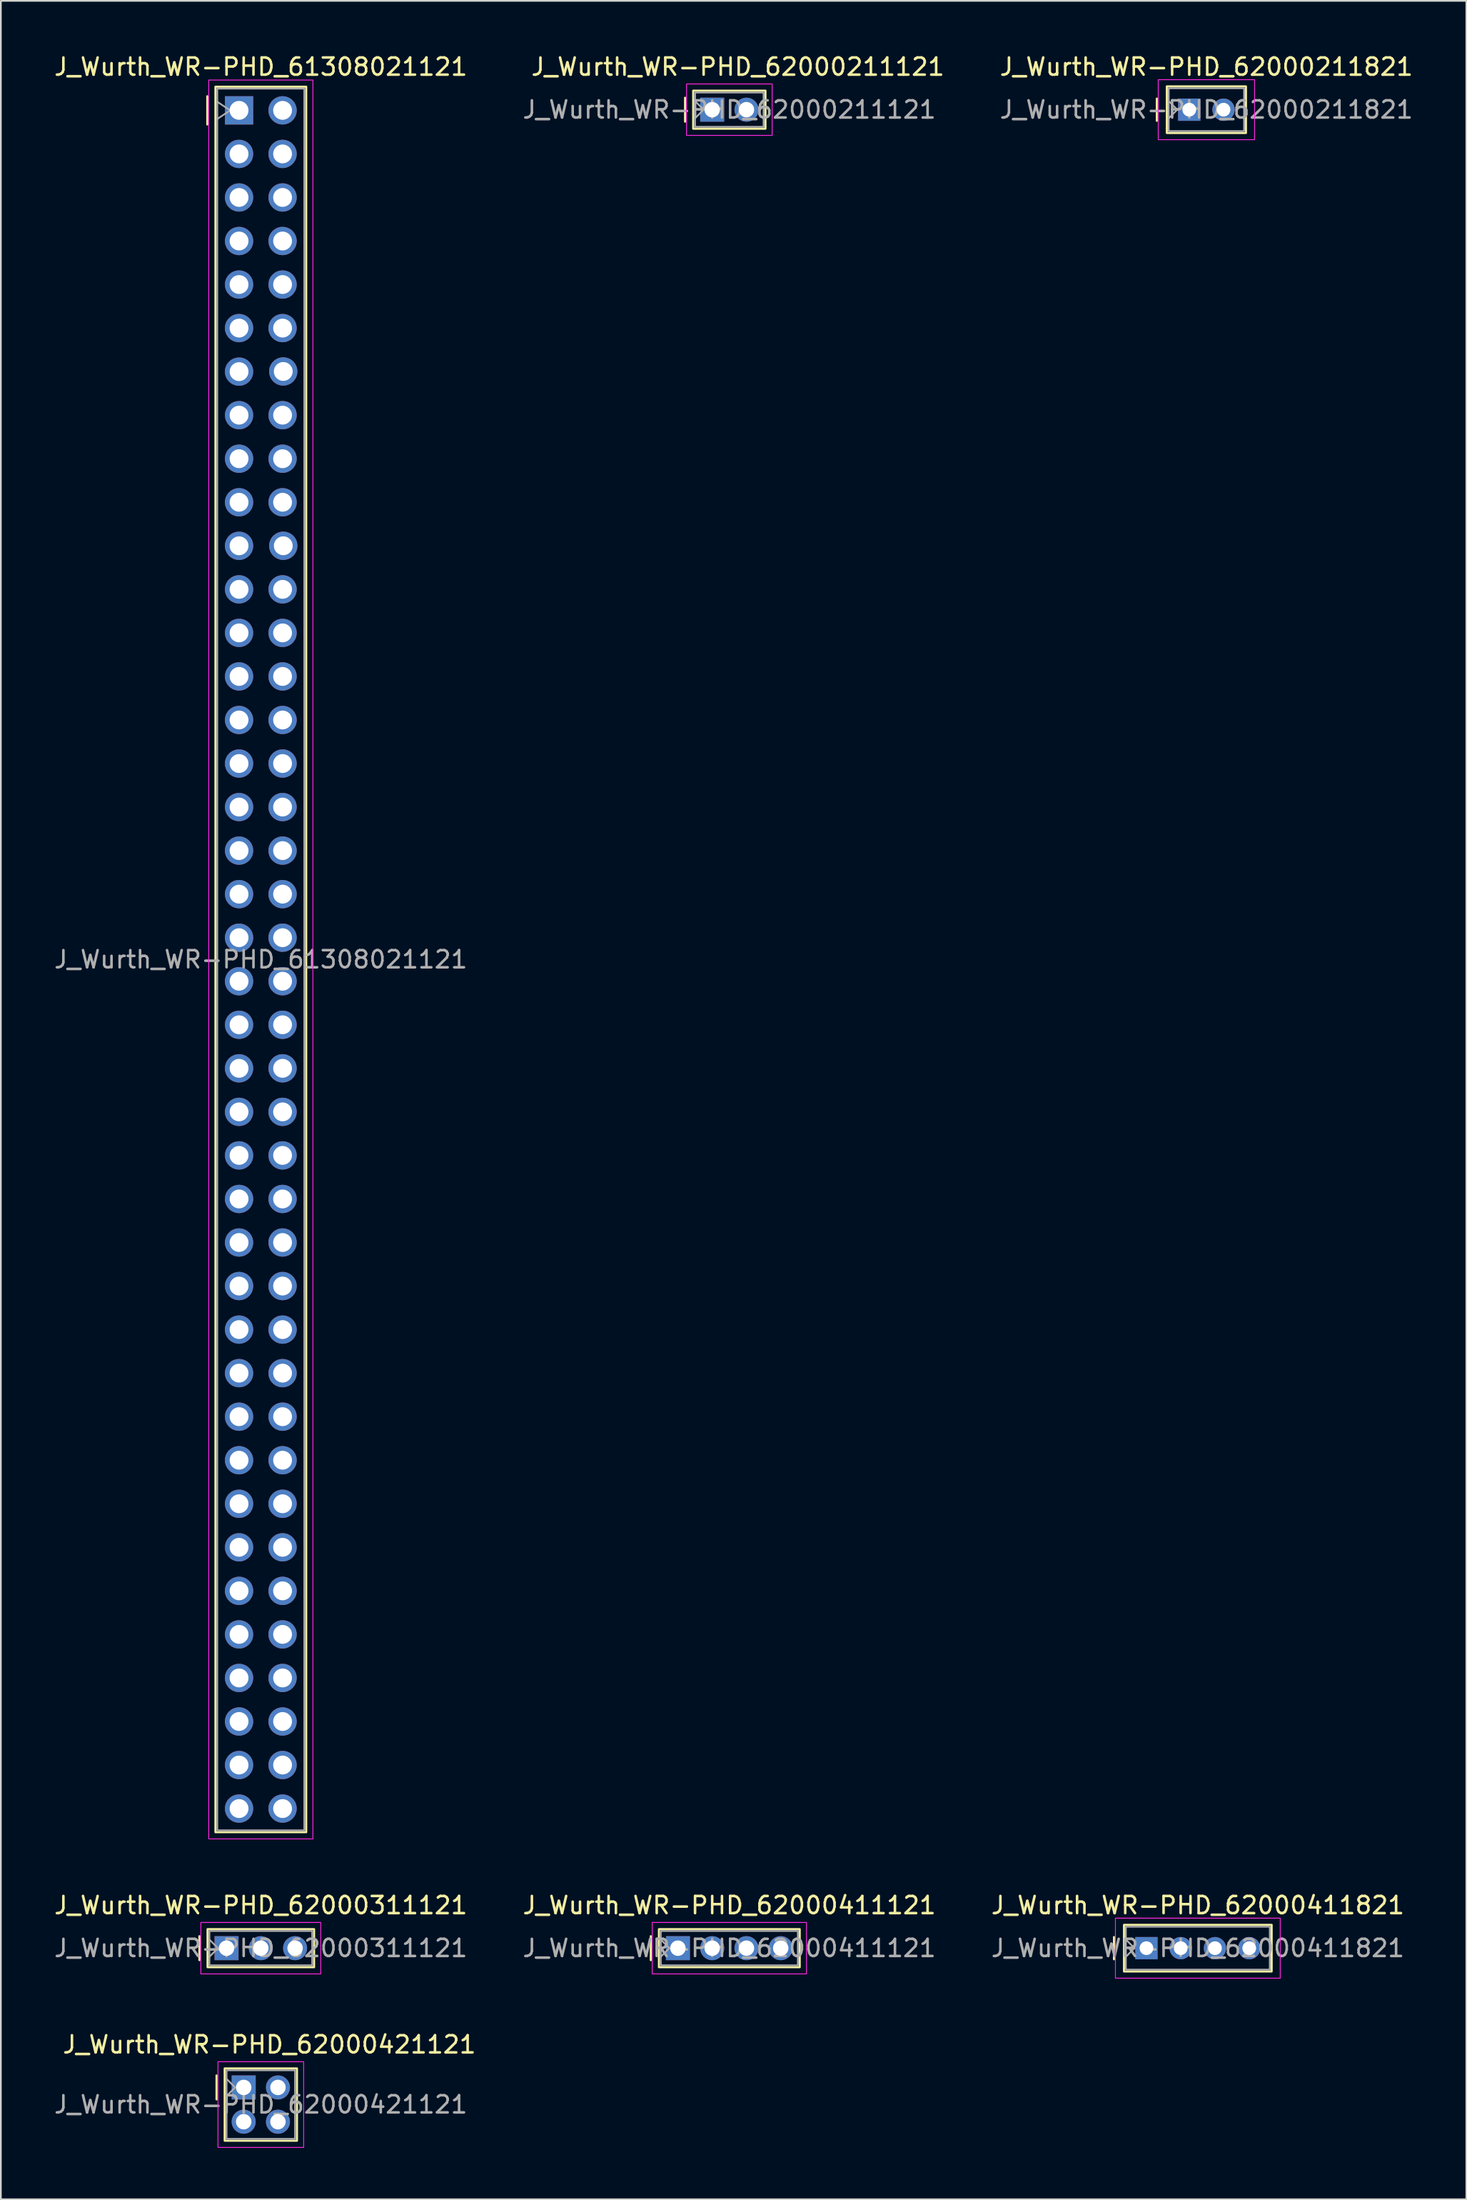
<source format=kicad_pcb>
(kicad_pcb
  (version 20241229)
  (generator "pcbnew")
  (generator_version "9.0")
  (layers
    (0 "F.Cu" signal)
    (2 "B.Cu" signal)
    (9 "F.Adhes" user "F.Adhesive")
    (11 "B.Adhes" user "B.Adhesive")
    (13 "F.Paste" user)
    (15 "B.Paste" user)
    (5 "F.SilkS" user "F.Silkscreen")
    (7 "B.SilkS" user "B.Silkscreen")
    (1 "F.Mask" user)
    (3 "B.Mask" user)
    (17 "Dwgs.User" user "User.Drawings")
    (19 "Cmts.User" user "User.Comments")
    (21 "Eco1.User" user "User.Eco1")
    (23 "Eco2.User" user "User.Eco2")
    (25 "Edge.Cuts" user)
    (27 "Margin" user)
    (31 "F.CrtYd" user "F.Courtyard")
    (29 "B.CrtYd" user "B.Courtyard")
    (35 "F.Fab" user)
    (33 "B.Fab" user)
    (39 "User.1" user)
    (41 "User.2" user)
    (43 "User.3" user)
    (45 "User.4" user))
  (footprint "J_Wurth_WR-PHD_62000211121"
    (layer "F.Cu")
    (at 38.518 3.348)
    (property "Reference" "J_Wurth_WR-PHD_62000211121" (at 1.5 -2.5 0) (unlocked yes) (layer "F.SilkS") (effects (font (size 1 1) (thickness 0.15))))
    (attr through_hole)
    (fp_line (start -1.585 -0.7) (end -1.585 0.7) (stroke (width 0.12) (type solid)) (layer "F.SilkS"))
    (fp_rect (start -1.11 -1.11) (end 3.11 1.11) (stroke (width 0.12) (type solid)) (fill no) (layer "F.SilkS"))
    (fp_rect (start -1.5 -1.5) (end 3.5 1.5) (stroke (width 0.05) (type default)) (fill no) (layer "F.CrtYd"))
    (fp_line (start -1 -0.5) (end -0.5 0) (stroke (width 0.1) (type default)) (layer "F.Fab"))
    (fp_line (start -0.5 0) (end -1 0.5) (stroke (width 0.1) (type default)) (layer "F.Fab"))
    (fp_rect (start -1 -1) (end 3 1) (stroke (width 0.1) (type default)) (fill no) (layer "F.Fab"))
    (fp_text user "${REFERENCE}" (at 1 0 0) (unlocked yes) (layer "F.Fab") (effects (font (size 1 1) (thickness 0.15))))
    (pad "1" thru_hole rect (at 0 0) (size 1.4 1.4) (drill 0.9) (layers "*.Cu" "*.Mask"))
    (pad "2" thru_hole circle (at 2 0) (size 1.4 1.4) (drill 0.9) (layers "*.Cu" "*.Mask")))
  (footprint "J_Wurth_WR-PHD_61308021121"
    (layer "F.Cu")
    (at 10.903 3.388)
    (property "Reference" "J_Wurth_WR-PHD_61308021121" (at 1.27 -2.54 0) (unlocked yes) (layer "F.SilkS") (effects (font (size 1 1) (thickness 0.15))))
    (attr through_hole)
    (fp_line (start -1.855 -0.825) (end -1.855 0.825) (stroke (width 0.12) (type solid)) (layer "F.SilkS"))
    (fp_rect (start -1.38 -1.38) (end 3.92 100.44) (stroke (width 0.12) (type solid)) (fill no) (layer "F.SilkS"))
    (fp_rect (start -1.77 -1.77) (end 4.31 100.83) (stroke (width 0.05) (type solid)) (fill no) (layer "F.CrtYd"))
    (fp_line (start -1.27 -0.5) (end -0.52 0) (stroke (width 0.1) (type solid)) (layer "F.Fab"))
    (fp_line (start -0.52 0) (end -1.27 0.5) (stroke (width 0.1) (type solid)) (layer "F.Fab"))
    (fp_rect (start -1.27 -1.27) (end 3.81 100.33) (stroke (width 0.1) (type solid)) (fill no) (layer "F.Fab"))
    (fp_text user "${REFERENCE}" (at 1.27 49.53 0) (unlocked yes) (layer "F.Fab") (effects (font (size 1 1) (thickness 0.15))))
    (pad "1" thru_hole rect (at 0 0 270) (size 1.65 1.65) (drill 1.1) (layers "*.Cu" "*.Mask"))
    (pad "2" thru_hole circle (at 2.54 0 270) (size 1.65 1.65) (drill 1.1) (layers "*.Cu" "*.Mask"))
    (pad "3" thru_hole circle (at 0 2.54 270) (size 1.65 1.65) (drill 1.1) (layers "*.Cu" "*.Mask"))
    (pad "4" thru_hole circle (at 2.54 2.54 270) (size 1.65 1.65) (drill 1.1) (layers "*.Cu" "*.Mask"))
    (pad "5" thru_hole circle (at 0 5.08 270) (size 1.65 1.65) (drill 1.1) (layers "*.Cu" "*.Mask"))
    (pad "6" thru_hole circle (at 2.54 5.08 270) (size 1.65 1.65) (drill 1.1) (layers "*.Cu" "*.Mask"))
    (pad "7" thru_hole circle (at 0 7.62 270) (size 1.65 1.65) (drill 1.1) (layers "*.Cu" "*.Mask"))
    (pad "8" thru_hole circle (at 2.54 7.62 270) (size 1.65 1.65) (drill 1.1) (layers "*.Cu" "*.Mask"))
    (pad "9" thru_hole circle (at 0 10.16 270) (size 1.65 1.65) (drill 1.1) (layers "*.Cu" "*.Mask"))
    (pad "10" thru_hole circle (at 2.54 10.16 270) (size 1.65 1.65) (drill 1.1) (layers "*.Cu" "*.Mask"))
    (pad "11" thru_hole circle (at 0 12.7 270) (size 1.65 1.65) (drill 1.1) (layers "*.Cu" "*.Mask"))
    (pad "12" thru_hole circle (at 2.54 12.7 270) (size 1.65 1.65) (drill 1.1) (layers "*.Cu" "*.Mask"))
    (pad "13" thru_hole circle (at 0 15.24 270) (size 1.65 1.65) (drill 1.1) (layers "*.Cu" "*.Mask"))
    (pad "14" thru_hole circle (at 2.579 15.23 270) (size 1.65 1.65) (drill 1.1) (layers "*.Cu" "*.Mask"))
    (pad "15" thru_hole circle (at 0 17.78 270) (size 1.65 1.65) (drill 1.1) (layers "*.Cu" "*.Mask"))
    (pad "16" thru_hole circle (at 2.54 17.78 270) (size 1.65 1.65) (drill 1.1) (layers "*.Cu" "*.Mask"))
    (pad "17" thru_hole circle (at 0 20.32 270) (size 1.65 1.65) (drill 1.1) (layers "*.Cu" "*.Mask"))
    (pad "18" thru_hole circle (at 2.54 20.32 270) (size 1.65 1.65) (drill 1.1) (layers "*.Cu" "*.Mask"))
    (pad "19" thru_hole circle (at 0 22.86 270) (size 1.65 1.65) (drill 1.1) (layers "*.Cu" "*.Mask"))
    (pad "20" thru_hole circle (at 2.54 22.86 270) (size 1.65 1.65) (drill 1.1) (layers "*.Cu" "*.Mask"))
    (pad "21" thru_hole circle (at 0 25.4 270) (size 1.65 1.65) (drill 1.1) (layers "*.Cu" "*.Mask"))
    (pad "22" thru_hole circle (at 2.581 25.398 270) (size 1.65 1.65) (drill 1.1) (layers "*.Cu" "*.Mask"))
    (pad "23" thru_hole circle (at 0 27.94 270) (size 1.65 1.65) (drill 1.1) (layers "*.Cu" "*.Mask"))
    (pad "24" thru_hole circle (at 2.54 27.94 270) (size 1.65 1.65) (drill 1.1) (layers "*.Cu" "*.Mask"))
    (pad "25" thru_hole circle (at 0 30.48 270) (size 1.65 1.65) (drill 1.1) (layers "*.Cu" "*.Mask"))
    (pad "26" thru_hole circle (at 2.54 30.48 270) (size 1.65 1.65) (drill 1.1) (layers "*.Cu" "*.Mask"))
    (pad "27" thru_hole circle (at 0 33.02 270) (size 1.65 1.65) (drill 1.1) (layers "*.Cu" "*.Mask"))
    (pad "28" thru_hole circle (at 2.54 33.02 270) (size 1.65 1.65) (drill 1.1) (layers "*.Cu" "*.Mask"))
    (pad "29" thru_hole circle (at 0 35.56 270) (size 1.65 1.65) (drill 1.1) (layers "*.Cu" "*.Mask"))
    (pad "30" thru_hole circle (at 2.54 35.56 270) (size 1.65 1.65) (drill 1.1) (layers "*.Cu" "*.Mask"))
    (pad "31" thru_hole circle (at 0 38.1 270) (size 1.65 1.65) (drill 1.1) (layers "*.Cu" "*.Mask"))
    (pad "32" thru_hole circle (at 2.54 38.1 270) (size 1.65 1.65) (drill 1.1) (layers "*.Cu" "*.Mask"))
    (pad "33" thru_hole circle (at 0 40.64 270) (size 1.65 1.65) (drill 1.1) (layers "*.Cu" "*.Mask"))
    (pad "34" thru_hole circle (at 2.54 40.64 270) (size 1.65 1.65) (drill 1.1) (layers "*.Cu" "*.Mask"))
    (pad "35" thru_hole circle (at 0 43.18 270) (size 1.65 1.65) (drill 1.1) (layers "*.Cu" "*.Mask"))
    (pad "36" thru_hole circle (at 2.54 43.18 270) (size 1.65 1.65) (drill 1.1) (layers "*.Cu" "*.Mask"))
    (pad "37" thru_hole circle (at 0 45.72 270) (size 1.65 1.65) (drill 1.1) (layers "*.Cu" "*.Mask"))
    (pad "38" thru_hole circle (at 2.54 45.72 270) (size 1.65 1.65) (drill 1.1) (layers "*.Cu" "*.Mask"))
    (pad "39" thru_hole circle (at 0 48.26 270) (size 1.65 1.65) (drill 1.1) (layers "*.Cu" "*.Mask"))
    (pad "40" thru_hole circle (at 2.54 48.26 270) (size 1.65 1.65) (drill 1.1) (layers "*.Cu" "*.Mask"))
    (pad "41" thru_hole circle (at 0 50.8 270) (size 1.65 1.65) (drill 1.1) (layers "*.Cu" "*.Mask"))
    (pad "42" thru_hole circle (at 2.54 50.8 270) (size 1.65 1.65) (drill 1.1) (layers "*.Cu" "*.Mask"))
    (pad "43" thru_hole circle (at 0 53.34 270) (size 1.65 1.65) (drill 1.1) (layers "*.Cu" "*.Mask"))
    (pad "44" thru_hole circle (at 2.54 53.34 270) (size 1.65 1.65) (drill 1.1) (layers "*.Cu" "*.Mask"))
    (pad "45" thru_hole circle (at 0 55.88 270) (size 1.65 1.65) (drill 1.1) (layers "*.Cu" "*.Mask"))
    (pad "46" thru_hole circle (at 2.54 55.88 270) (size 1.65 1.65) (drill 1.1) (layers "*.Cu" "*.Mask"))
    (pad "47" thru_hole circle (at 0 58.42 270) (size 1.65 1.65) (drill 1.1) (layers "*.Cu" "*.Mask"))
    (pad "48" thru_hole circle (at 2.54 58.42 270) (size 1.65 1.65) (drill 1.1) (layers "*.Cu" "*.Mask"))
    (pad "49" thru_hole circle (at 0 60.96 270) (size 1.65 1.65) (drill 1.1) (layers "*.Cu" "*.Mask"))
    (pad "50" thru_hole circle (at 2.54 60.96 270) (size 1.65 1.65) (drill 1.1) (layers "*.Cu" "*.Mask"))
    (pad "51" thru_hole circle (at 0 63.5 270) (size 1.65 1.65) (drill 1.1) (layers "*.Cu" "*.Mask"))
    (pad "52" thru_hole circle (at 2.54 63.5 270) (size 1.65 1.65) (drill 1.1) (layers "*.Cu" "*.Mask"))
    (pad "53" thru_hole circle (at 0 66.04 270) (size 1.65 1.65) (drill 1.1) (layers "*.Cu" "*.Mask"))
    (pad "54" thru_hole circle (at 2.54 66.04 270) (size 1.65 1.65) (drill 1.1) (layers "*.Cu" "*.Mask"))
    (pad "55" thru_hole circle (at 0 68.58 270) (size 1.65 1.65) (drill 1.1) (layers "*.Cu" "*.Mask"))
    (pad "56" thru_hole circle (at 2.54 68.58 270) (size 1.65 1.65) (drill 1.1) (layers "*.Cu" "*.Mask"))
    (pad "57" thru_hole circle (at 0 71.12 270) (size 1.65 1.65) (drill 1.1) (layers "*.Cu" "*.Mask"))
    (pad "58" thru_hole circle (at 2.54 71.12 270) (size 1.65 1.65) (drill 1.1) (layers "*.Cu" "*.Mask"))
    (pad "59" thru_hole circle (at 0 73.66 270) (size 1.65 1.65) (drill 1.1) (layers "*.Cu" "*.Mask"))
    (pad "60" thru_hole circle (at 2.54 73.66 270) (size 1.65 1.65) (drill 1.1) (layers "*.Cu" "*.Mask"))
    (pad "61" thru_hole circle (at 0 76.2 270) (size 1.65 1.65) (drill 1.1) (layers "*.Cu" "*.Mask"))
    (pad "62" thru_hole circle (at 2.54 76.2 270) (size 1.65 1.65) (drill 1.1) (layers "*.Cu" "*.Mask"))
    (pad "63" thru_hole circle (at 0 78.74 270) (size 1.65 1.65) (drill 1.1) (layers "*.Cu" "*.Mask"))
    (pad "64" thru_hole circle (at 2.54 78.74 270) (size 1.65 1.65) (drill 1.1) (layers "*.Cu" "*.Mask"))
    (pad "65" thru_hole circle (at 0 81.28 270) (size 1.65 1.65) (drill 1.1) (layers "*.Cu" "*.Mask"))
    (pad "66" thru_hole circle (at 2.54 81.28 270) (size 1.65 1.65) (drill 1.1) (layers "*.Cu" "*.Mask"))
    (pad "67" thru_hole circle (at 0 83.82 270) (size 1.65 1.65) (drill 1.1) (layers "*.Cu" "*.Mask"))
    (pad "68" thru_hole circle (at 2.54 83.82 270) (size 1.65 1.65) (drill 1.1) (layers "*.Cu" "*.Mask"))
    (pad "69" thru_hole circle (at 0 86.36 270) (size 1.65 1.65) (drill 1.1) (layers "*.Cu" "*.Mask"))
    (pad "70" thru_hole circle (at 2.54 86.36 270) (size 1.65 1.65) (drill 1.1) (layers "*.Cu" "*.Mask"))
    (pad "71" thru_hole circle (at 0 88.9 270) (size 1.65 1.65) (drill 1.1) (layers "*.Cu" "*.Mask"))
    (pad "72" thru_hole circle (at 2.54 88.9 270) (size 1.65 1.65) (drill 1.1) (layers "*.Cu" "*.Mask"))
    (pad "73" thru_hole circle (at 0 91.44 270) (size 1.65 1.65) (drill 1.1) (layers "*.Cu" "*.Mask"))
    (pad "74" thru_hole circle (at 2.54 91.44 270) (size 1.65 1.65) (drill 1.1) (layers "*.Cu" "*.Mask"))
    (pad "75" thru_hole circle (at 0 93.98 270) (size 1.65 1.65) (drill 1.1) (layers "*.Cu" "*.Mask"))
    (pad "76" thru_hole circle (at 2.54 93.98 270) (size 1.65 1.65) (drill 1.1) (layers "*.Cu" "*.Mask"))
    (pad "77" thru_hole circle (at 0 96.52 270) (size 1.65 1.65) (drill 1.1) (layers "*.Cu" "*.Mask"))
    (pad "78" thru_hole circle (at 2.54 96.52 270) (size 1.65 1.65) (drill 1.1) (layers "*.Cu" "*.Mask"))
    (pad "79" thru_hole circle (at 0 99.06 270) (size 1.65 1.65) (drill 1.1) (layers "*.Cu" "*.Mask"))
    (pad "80" thru_hole circle (at 2.54 99.06 270) (size 1.65 1.65) (drill 1.1) (layers "*.Cu" "*.Mask")))
  (footprint "J_Wurth_WR-PHD_62000211821"
    (layer "F.Cu")
    (at 66.363 3.348)
    (property "Reference" "J_Wurth_WR-PHD_62000211821" (at 1 -2.5 0) (unlocked yes) (layer "F.SilkS") (effects (font (size 1 1) (thickness 0.15))))
    (attr through_hole)
    (fp_line (start -1.895 -0.65) (end -1.895 0.65) (stroke (width 0.12) (type solid)) (layer "F.SilkS"))
    (fp_rect (start -1.31 -1.36) (end 3.31 1.36) (stroke (width 0.12) (type solid)) (fill no) (layer "F.SilkS"))
    (fp_rect (start -1.81 -1.75) (end 3.81 1.75) (stroke (width 0.05) (type solid)) (fill no) (layer "F.CrtYd"))
    (fp_line (start -1.2 -0.5) (end -0.7 0) (stroke (width 0.1) (type default)) (layer "F.Fab"))
    (fp_line (start -0.7 0) (end -1.2 0.5) (stroke (width 0.1) (type default)) (layer "F.Fab"))
    (fp_rect (start -1.2 -1.25) (end 3.2 1.25) (stroke (width 0.1) (type solid)) (fill no) (layer "F.Fab"))
    (fp_text user "${REFERENCE}" (at 1 0 0) (unlocked yes) (layer "F.Fab") (effects (font (size 1 1) (thickness 0.15))))
    (pad "1" thru_hole rect (at 0 0) (size 1.3 1.3) (drill 0.8) (layers "*.Cu" "*.Mask"))
    (pad "2" thru_hole circle (at 2 0) (size 1.3 1.3) (drill 0.8) (layers "*.Cu" "*.Mask")))
  (footprint "J_Wurth_WR-PHD_62000311121"
    (layer "F.Cu")
    (at 10.173 110.591)
    (property "Reference" "J_Wurth_WR-PHD_62000311121" (at 2 -2.5 0) (unlocked yes) (layer "F.SilkS") (effects (font (size 1 1) (thickness 0.15))))
    (attr through_hole)
    (fp_line (start -1.585 -0.7) (end -1.585 0.7) (stroke (width 0.12) (type solid)) (layer "F.SilkS"))
    (fp_rect (start -1.11 -1.11) (end 5.11 1.11) (stroke (width 0.12) (type solid)) (fill no) (layer "F.SilkS"))
    (fp_rect (start -1.5 -1.5) (end 5.5 1.5) (stroke (width 0.05) (type solid)) (fill no) (layer "F.CrtYd"))
    (fp_line (start -1 -0.5) (end -0.5 0) (stroke (width 0.1) (type default)) (layer "F.Fab"))
    (fp_line (start -0.5 0) (end -1 0.5) (stroke (width 0.1) (type default)) (layer "F.Fab"))
    (fp_rect (start -1 -1) (end 5 1) (stroke (width 0.1) (type solid)) (fill no) (layer "F.Fab"))
    (fp_text user "${REFERENCE}" (at 2 0 0) (unlocked yes) (layer "F.Fab") (effects (font (size 1 1) (thickness 0.15))))
    (pad "1" thru_hole rect (at 0 0) (size 1.4 1.4) (drill 0.9) (layers "*.Cu" "*.Mask"))
    (pad "2" thru_hole circle (at 2 0) (size 1.4 1.4) (drill 0.9) (layers "*.Cu" "*.Mask"))
    (pad "3" thru_hole circle (at 4 0) (size 1.4 1.4) (drill 0.9) (layers "*.Cu" "*.Mask")))
  (footprint "J_Wurth_WR-PHD_62000421121"
    (layer "F.Cu")
    (at 11.173 118.715)
    (property "Reference" "J_Wurth_WR-PHD_62000421121" (at 1.5 -2.5 0) (unlocked yes) (layer "F.SilkS") (effects (font (size 1 1) (thickness 0.15))))
    (attr through_hole)
    (fp_line (start -1.585 -0.7) (end -1.585 0.7) (stroke (width 0.12) (type solid)) (layer "F.SilkS"))
    (fp_rect (start -1.11 -1.11) (end 3.11 3.11) (stroke (width 0.12) (type solid)) (fill no) (layer "F.SilkS"))
    (fp_rect (start -1.5 -1.5) (end 3.5 3.5) (stroke (width 0.05) (type solid)) (fill no) (layer "F.CrtYd"))
    (fp_line (start -1 -0.5) (end -0.5 0) (stroke (width 0.1) (type default)) (layer "F.Fab"))
    (fp_line (start -0.5 0) (end -1 0.5) (stroke (width 0.1) (type default)) (layer "F.Fab"))
    (fp_rect (start -1 -1) (end 3 3) (stroke (width 0.1) (type solid)) (fill no) (layer "F.Fab"))
    (fp_text user "${REFERENCE}" (at 1 1 0) (unlocked yes) (layer "F.Fab") (effects (font (size 1 1) (thickness 0.15))))
    (pad "1" thru_hole rect (at 0 0) (size 1.4 1.4) (drill 0.9) (layers "*.Cu" "*.Mask"))
    (pad "2" thru_hole circle (at 2 0) (size 1.4 1.4) (drill 0.9) (layers "*.Cu" "*.Mask"))
    (pad "3" thru_hole circle (at 0 2) (size 1.4 1.4) (drill 0.9) (layers "*.Cu" "*.Mask"))
    (pad "4" thru_hole circle (at 2 2) (size 1.4 1.4) (drill 0.9) (layers "*.Cu" "*.Mask")))
  (footprint "J_Wurth_WR-PHD_62000411121"
    (layer "F.Cu")
    (at 36.518 110.591)
    (property "Reference" "J_Wurth_WR-PHD_62000411121" (at 3 -2.5 0) (unlocked yes) (layer "F.SilkS") (effects (font (size 1 1) (thickness 0.15))))
    (attr through_hole)
    (fp_line (start -1.585 -0.7) (end -1.585 0.7) (stroke (width 0.12) (type solid)) (layer "F.SilkS"))
    (fp_rect (start -1.11 -1.11) (end 7.11 1.11) (stroke (width 0.12) (type solid)) (fill no) (layer "F.SilkS"))
    (fp_rect (start -1.5 -1.5) (end 7.5 1.5) (stroke (width 0.05) (type solid)) (fill no) (layer "F.CrtYd"))
    (fp_line (start -1 -0.5) (end -0.5 0) (stroke (width 0.1) (type default)) (layer "F.Fab"))
    (fp_line (start -0.5 0) (end -1 0.5) (stroke (width 0.1) (type default)) (layer "F.Fab"))
    (fp_rect (start -1 -1) (end 7 1) (stroke (width 0.1) (type solid)) (fill no) (layer "F.Fab"))
    (fp_text user "${REFERENCE}" (at 3 0 0) (unlocked yes) (layer "F.Fab") (effects (font (size 1 1) (thickness 0.15))))
    (pad "1" thru_hole rect (at 0 0) (size 1.4 1.4) (drill 0.9) (layers "*.Cu" "*.Mask"))
    (pad "2" thru_hole circle (at 2 0) (size 1.4 1.4) (drill 0.9) (layers "*.Cu" "*.Mask"))
    (pad "3" thru_hole circle (at 4 0) (size 1.4 1.4) (drill 0.9) (layers "*.Cu" "*.Mask"))
    (pad "4" thru_hole circle (at 6 0) (size 1.4 1.4) (drill 0.9) (layers "*.Cu" "*.Mask")))
  (footprint "J_Wurth_WR-PHD_62000411821"
    (layer "F.Cu")
    (at 63.863 110.591)
    (property "Reference" "J_Wurth_WR-PHD_62000411821" (at 3 -2.5 0) (unlocked yes) (layer "F.SilkS") (effects (font (size 1 1) (thickness 0.15))))
    (attr through_hole)
    (fp_line (start -1.895 -0.65) (end -1.895 0.65) (stroke (width 0.12) (type solid)) (layer "F.SilkS"))
    (fp_rect (start -1.31 -1.36) (end 7.31 1.36) (stroke (width 0.12) (type solid)) (fill no) (layer "F.SilkS"))
    (fp_rect (start -1.81 -1.75) (end 7.81 1.75) (stroke (width 0.05) (type solid)) (fill no) (layer "F.CrtYd"))
    (fp_line (start -1.2 -0.5) (end -0.7 0) (stroke (width 0.1) (type default)) (layer "F.Fab"))
    (fp_line (start -0.7 0) (end -1.2 0.5) (stroke (width 0.1) (type default)) (layer "F.Fab"))
    (fp_rect (start -1.2 -1.25) (end 7.2 1.25) (stroke (width 0.1) (type solid)) (fill no) (layer "F.Fab"))
    (fp_text user "${REFERENCE}" (at 3 0 0) (unlocked yes) (layer "F.Fab") (effects (font (size 1 1) (thickness 0.15))))
    (pad "1" thru_hole rect (at 0 0) (size 1.3 1.3) (drill 0.8) (layers "*.Cu" "*.Mask"))
    (pad "2" thru_hole circle (at 2 0) (size 1.3 1.3) (drill 0.8) (layers "*.Cu" "*.Mask"))
    (pad "3" thru_hole circle (at 4 0) (size 1.3 1.3) (drill 0.8) (layers "*.Cu" "*.Mask"))
    (pad "4" thru_hole circle (at 6 0) (size 1.3 1.3) (drill 0.8) (layers "*.Cu" "*.Mask")))
  (gr_rect
    (start -3 -3)
    (end 82.536 125.24)
    (stroke (width 0.1) (type default))
    (fill no)
    (layer "Edge.Cuts")))
</source>
